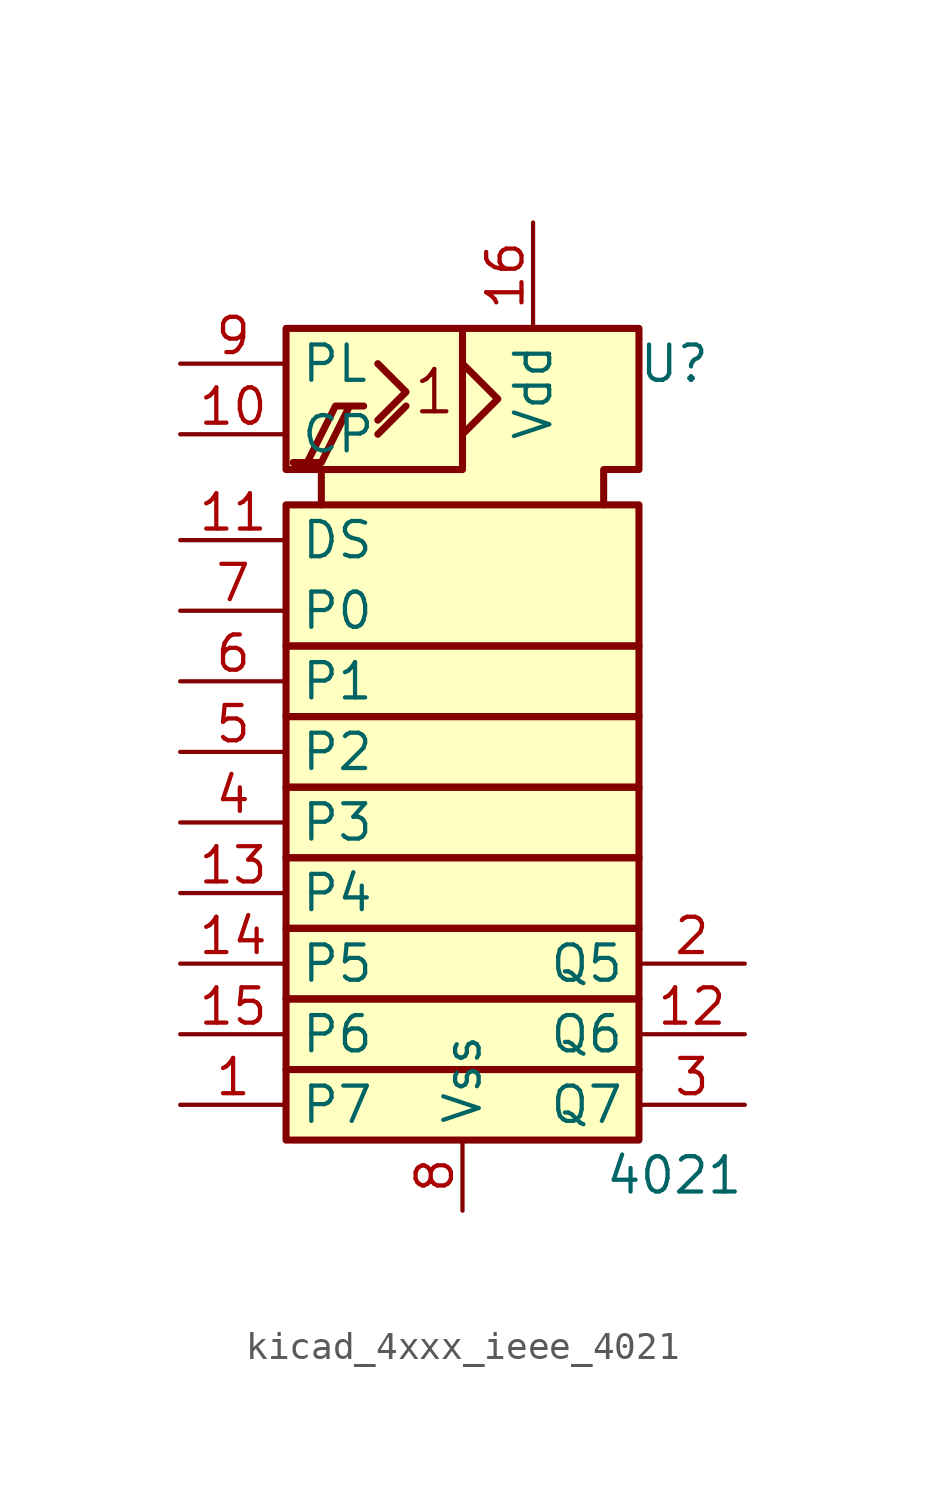
<source format=kicad_sym>
(kicad_symbol_lib
  (version 20220914)
  (generator kicad_symbol_editor)
  (symbol "kicad_4xxx_ieee_4021"
    (property "Reference" "U"
      (at 7.62 7.62 0)
      (effects (font (size 1.27 1.27))))
    (property "Value" "4021"
      (at 7.62 -21.59 0)
      (effects (font (size 1.27 1.27))))
    (symbol "kicad_4xxx_ieee_4021_0_0"
      (polyline (pts (xy -6.096 4.064) (xy -5.08 4.064) (xy -4.064 6.096) (xy -3.556 6.096) (xy -4.572 6.096) (xy -5.588 4.064) (xy -5.588 4.064)) (stroke (width 0.254) (type default)) (fill (type background)))
      (text "1" (at -1.016 6.604 0) (effects (font (size 1.524 1.524)))))
    (symbol "kicad_4xxx_ieee_4021_0_1"
      (rectangle (start -6.35 -17.78) (end 6.35 -20.32) (stroke (width 0.254) (type default)) (fill (type background)))
      (rectangle (start -6.35 -15.24) (end 6.35 -17.78) (stroke (width 0.254) (type default)) (fill (type background)))
      (rectangle (start -6.35 -12.7) (end 6.35 -15.24) (stroke (width 0.254) (type default)) (fill (type background)))
      (rectangle (start -6.35 -10.16) (end 6.35 -12.7) (stroke (width 0.254) (type default)) (fill (type background)))
      (rectangle (start -6.35 -7.62) (end 6.35 -10.16) (stroke (width 0.254) (type default)) (fill (type background)))
      (rectangle (start -6.35 -5.08) (end 6.35 -7.62) (stroke (width 0.254) (type default)) (fill (type background)))
      (rectangle (start -6.35 -2.54) (end 6.35 -5.08) (stroke (width 0.254) (type default)) (fill (type background)))
      (rectangle (start -6.35 2.54) (end 6.35 -2.54) (stroke (width 0.254) (type default)) (fill (type background)))
      (polyline (pts (xy -3.048 5.08) (xy -2.032 6.096) (xy -2.032 6.096)) (stroke (width 0.254) (type default)) (fill (type background)))
      (polyline (pts (xy -3.048 7.62) (xy -2.032 6.604) (xy -3.048 5.588) (xy -3.048 5.588)) (stroke (width 0.254) (type default)) (fill (type background)))
      (polyline (pts (xy 0 7.62) (xy 1.27 6.35) (xy 0 5.08) (xy 0 5.08)) (stroke (width 0.254) (type default)) (fill (type background)))
      (polyline (pts (xy 0 8.89) (xy 0 3.81) (xy -5.08 3.81) (xy -5.08 3.81)) (stroke (width 0.254) (type default)) (fill (type background)))
      (polyline (pts (xy -5.08 2.54) (xy -5.08 3.81) (xy -6.35 3.81) (xy -6.35 8.89) (xy 6.35 8.89) (xy 6.35 3.81) (xy 5.08 3.81) (xy 5.08 2.54) (xy 5.08 2.54)) (stroke (width 0.254) (type default)) (fill (type background)))
      (pin power_in line (at 2.54 12.7 270) (length 3.81) (name "Vdd" (effects (font (size 1.27 1.27)))) (number "16" (effects (font (size 1.27 1.27)))))
      (pin power_in line (at 0 -22.86 90) (length 2.54) (name "Vss" (effects (font (size 1.27 1.27)))) (number "8" (effects (font (size 1.27 1.27))))))
    (symbol "kicad_4xxx_ieee_4021_1_1"
      (pin input line (at -10.16 -19.05 0) (length 3.81) (name "P7" (effects (font (size 1.27 1.27)))) (number "1" (effects (font (size 1.27 1.27)))))
      (pin output line (at -10.16 5.08 0) (length 3.81) (name "CP" (effects (font (size 1.27 1.27)))) (number "10" (effects (font (size 1.27 1.27)))))
      (pin output line (at -10.16 1.27 0) (length 3.81) (name "DS" (effects (font (size 1.27 1.27)))) (number "11" (effects (font (size 1.27 1.27)))))
      (pin output line (at 10.16 -16.51 180) (length 3.81) (name "Q6" (effects (font (size 1.27 1.27)))) (number "12" (effects (font (size 1.27 1.27)))))
      (pin input line (at -10.16 -11.43 0) (length 3.81) (name "P4" (effects (font (size 1.27 1.27)))) (number "13" (effects (font (size 1.27 1.27)))))
      (pin input line (at -10.16 -13.97 0) (length 3.81) (name "P5" (effects (font (size 1.27 1.27)))) (number "14" (effects (font (size 1.27 1.27)))))
      (pin input line (at -10.16 -16.51 0) (length 3.81) (name "P6" (effects (font (size 1.27 1.27)))) (number "15" (effects (font (size 1.27 1.27)))))
      (pin output line (at 10.16 -13.97 180) (length 3.81) (name "Q5" (effects (font (size 1.27 1.27)))) (number "2" (effects (font (size 1.27 1.27)))))
      (pin output line (at 10.16 -19.05 180) (length 3.81) (name "Q7" (effects (font (size 1.27 1.27)))) (number "3" (effects (font (size 1.27 1.27)))))
      (pin input line (at -10.16 -8.89 0) (length 3.81) (name "P3" (effects (font (size 1.27 1.27)))) (number "4" (effects (font (size 1.27 1.27)))))
      (pin input line (at -10.16 -6.35 0) (length 3.81) (name "P2" (effects (font (size 1.27 1.27)))) (number "5" (effects (font (size 1.27 1.27)))))
      (pin input line (at -10.16 -3.81 0) (length 3.81) (name "P1" (effects (font (size 1.27 1.27)))) (number "6" (effects (font (size 1.27 1.27)))))
      (pin input line (at -10.16 -1.27 0) (length 3.81) (name "P0" (effects (font (size 1.27 1.27)))) (number "7" (effects (font (size 1.27 1.27)))))
      (pin output line (at -10.16 7.62 0) (length 3.81) (name "PL" (effects (font (size 1.27 1.27)))) (number "9" (effects (font (size 1.27 1.27))))))))
</source>
